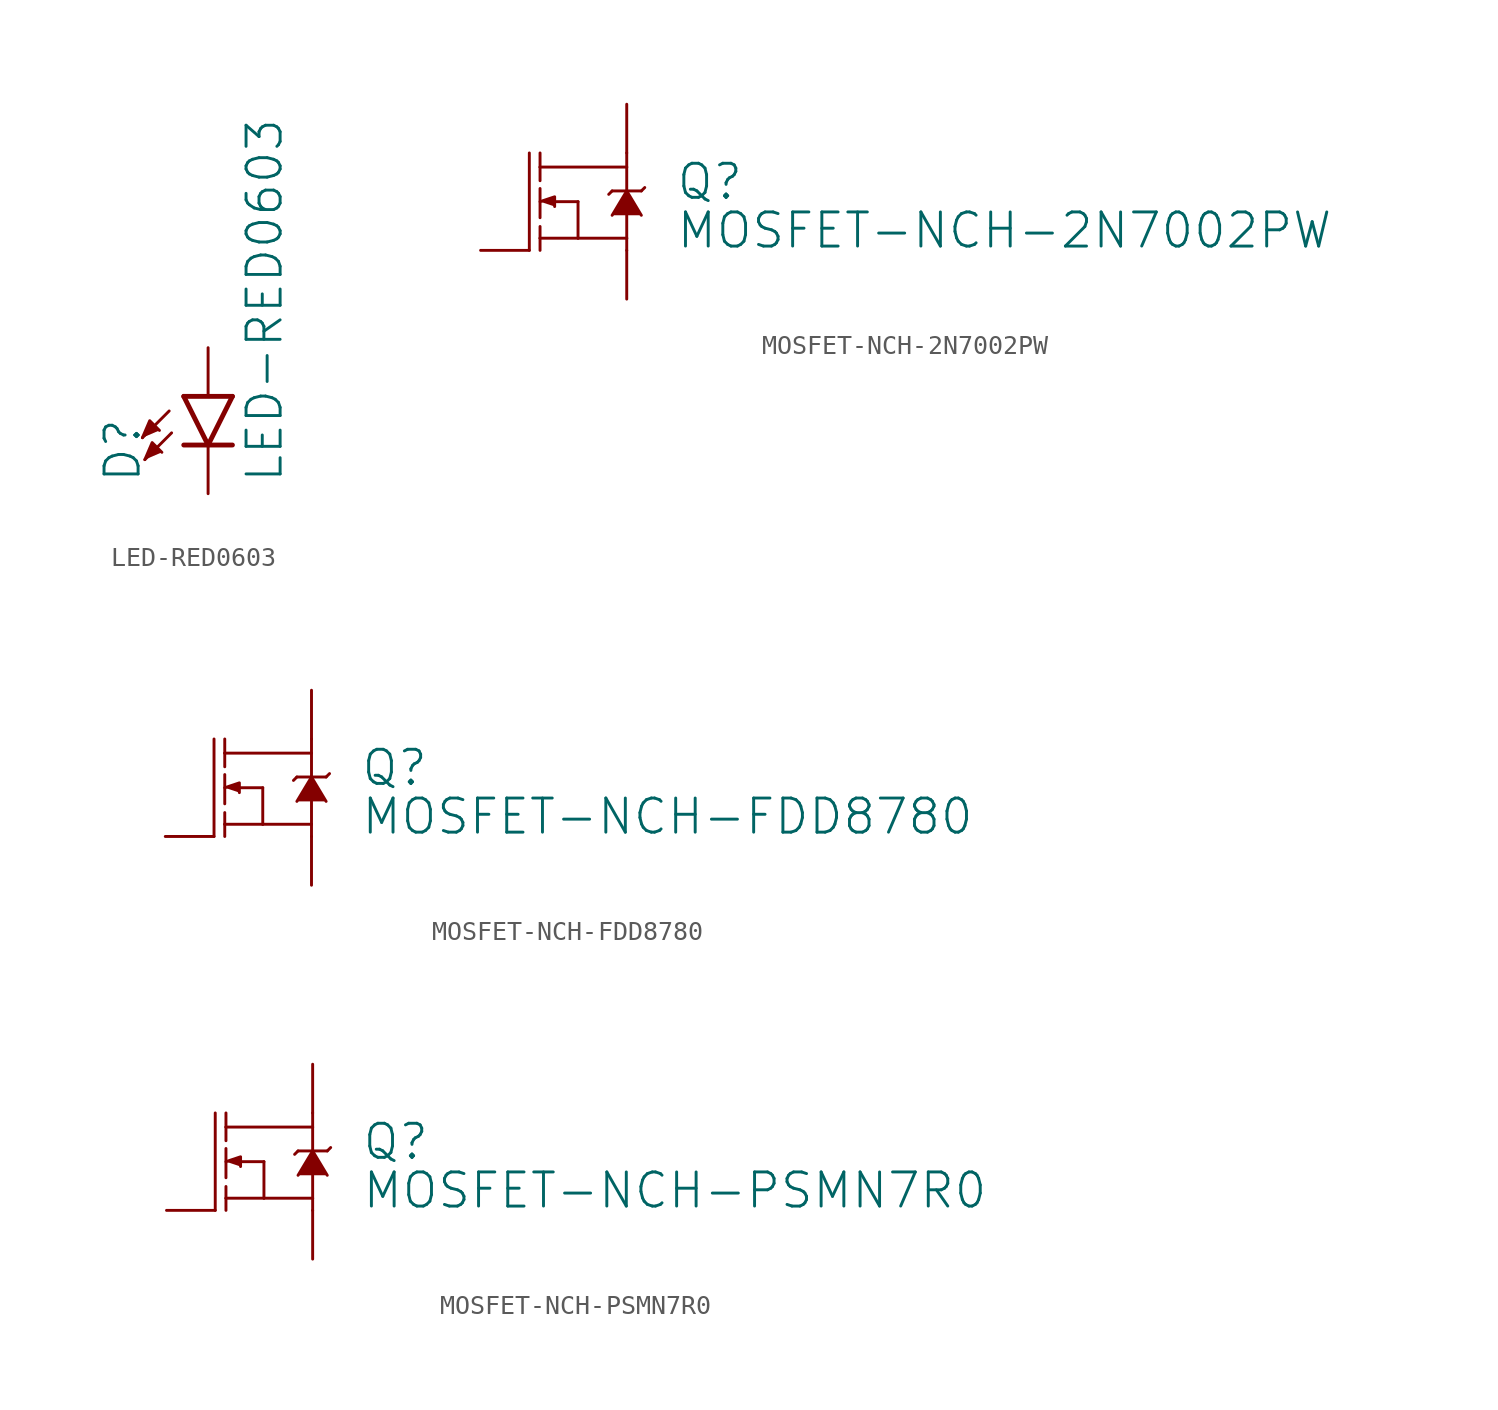
<source format=kicad_sym>
(kicad_symbol_lib
  (version 20211014)
  (generator kicad_symbol_editor)
  (symbol "LED-RED0603"
    (property "Reference" "D"
      (at -3.429 -4.572 90)
      (effects (font (size 1.778 1.778)) (justify left bottom)))
    (property "Value" "LED-RED0603"
      (at 1.905 -4.572 90)
      (effects (font (size 1.778 1.778)) (justify left top)))
    (property "ki_locked" ""
      (at 0 0 0)
      (effects (font (size 1.27 1.27))))
    (symbol "LED-RED0603_1_0"
      (polyline (pts (xy -2.032 -0.762) (xy -3.429 -2.159)) (stroke (width 0.152) (type default) (color 0 0 0 0)) (fill (type none)))
      (polyline (pts (xy -1.905 -1.905) (xy -3.302 -3.302)) (stroke (width 0.152) (type default) (color 0 0 0 0)) (fill (type none)))
      (polyline (pts (xy 0 -2.54) (xy -1.27 -2.54)) (stroke (width 0.254) (type default) (color 0 0 0 0)) (fill (type none)))
      (polyline (pts (xy 0 -2.54) (xy -1.27 0)) (stroke (width 0.254) (type default) (color 0 0 0 0)) (fill (type none)))
      (polyline (pts (xy 1.27 -2.54) (xy 0 -2.54)) (stroke (width 0.254) (type default) (color 0 0 0 0)) (fill (type none)))
      (polyline (pts (xy 1.27 0) (xy -1.27 0)) (stroke (width 0.254) (type default) (color 0 0 0 0)) (fill (type none)))
      (polyline (pts (xy 1.27 0) (xy 0 -2.54)) (stroke (width 0.254) (type default) (color 0 0 0 0)) (fill (type none)))
      (polyline (pts (xy -3.429 -2.159) (xy -3.048 -1.27) (xy -2.54 -1.778)) (stroke (width 0) (type default) (color 0 0 0 0)) (fill (type outline)))
      (polyline (pts (xy -3.302 -3.302) (xy -2.921 -2.413) (xy -2.413 -2.921)) (stroke (width 0) (type default) (color 0 0 0 0)) (fill (type outline)))
      (pin passive line (at 0 2.54 270) (length 2.54) (name "A" (effects (font (size 0 0)))) (number "A" (effects (font (size 0 0)))))
      (pin passive line (at 0 -5.08 90) (length 2.54) (name "C" (effects (font (size 0 0)))) (number "C" (effects (font (size 0 0)))))))
  (symbol "MOSFET-NCH-2N7002PW"
    (property "Reference" "Q"
      (at 5.08 0 0)
      (effects (font (size 1.778 1.778)) (justify left bottom)))
    (property "Value" "MOSFET-NCH-2N7002PW"
      (at 5.08 -2.54 0)
      (effects (font (size 1.778 1.778)) (justify left bottom)))
    (property "ki_locked" ""
      (at 0 0 0)
      (effects (font (size 1.27 1.27))))
    (symbol "MOSFET-NCH-2N7002PW_1_0"
      (polyline (pts (xy -2.54 -2.54) (xy -2.54 2.54)) (stroke (width 0.152) (type default) (color 0 0 0 0)) (fill (type none)))
      (polyline (pts (xy -1.981 -1.905) (xy -1.981 -2.54)) (stroke (width 0.152) (type default) (color 0 0 0 0)) (fill (type none)))
      (polyline (pts (xy -1.981 -1.905) (xy 0 -1.905)) (stroke (width 0.152) (type default) (color 0 0 0 0)) (fill (type none)))
      (polyline (pts (xy -1.981 -1.295) (xy -1.981 -1.905)) (stroke (width 0.152) (type default) (color 0 0 0 0)) (fill (type none)))
      (polyline (pts (xy -1.981 0.686) (xy -1.981 -0.838)) (stroke (width 0.152) (type default) (color 0 0 0 0)) (fill (type none)))
      (polyline (pts (xy -1.981 1.803) (xy -1.981 1.092)) (stroke (width 0.152) (type default) (color 0 0 0 0)) (fill (type none)))
      (polyline (pts (xy -1.981 1.803) (xy 2.54 1.803)) (stroke (width 0.152) (type default) (color 0 0 0 0)) (fill (type none)))
      (polyline (pts (xy -1.981 2.54) (xy -1.981 1.803)) (stroke (width 0.152) (type default) (color 0 0 0 0)) (fill (type none)))
      (polyline (pts (xy 0 -1.905) (xy 0 0)) (stroke (width 0.152) (type default) (color 0 0 0 0)) (fill (type none)))
      (polyline (pts (xy 0 0) (xy -1.219 0)) (stroke (width 0.152) (type default) (color 0 0 0 0)) (fill (type none)))
      (polyline (pts (xy 1.6 0.381) (xy 1.778 0.559)) (stroke (width 0.152) (type default) (color 0 0 0 0)) (fill (type none)))
      (polyline (pts (xy 2.54 -2.54) (xy 2.54 -1.905)) (stroke (width 0.152) (type default) (color 0 0 0 0)) (fill (type none)))
      (polyline (pts (xy 2.54 -1.905) (xy 0 -1.905)) (stroke (width 0.152) (type default) (color 0 0 0 0)) (fill (type none)))
      (polyline (pts (xy 2.54 -0.711) (xy 2.54 -1.905)) (stroke (width 0.152) (type default) (color 0 0 0 0)) (fill (type none)))
      (polyline (pts (xy 2.54 0.559) (xy 1.778 0.559)) (stroke (width 0.152) (type default) (color 0 0 0 0)) (fill (type none)))
      (polyline (pts (xy 2.54 0.559) (xy 3.302 0.559)) (stroke (width 0.152) (type default) (color 0 0 0 0)) (fill (type none)))
      (polyline (pts (xy 2.54 1.803) (xy 2.54 0.559)) (stroke (width 0.152) (type default) (color 0 0 0 0)) (fill (type none)))
      (polyline (pts (xy 2.54 2.54) (xy 2.54 1.803)) (stroke (width 0.152) (type default) (color 0 0 0 0)) (fill (type none)))
      (polyline (pts (xy 3.302 0.559) (xy 3.48 0.737)) (stroke (width 0.152) (type default) (color 0 0 0 0)) (fill (type none)))
      (polyline (pts (xy -1.981 0) (xy -1.219 0.254) (xy -1.219 -0.254)) (stroke (width 0) (type default) (color 0 0 0 0)) (fill (type outline)))
      (polyline (pts (xy 1.778 -0.711) (xy 2.54 0.559) (xy 3.302 -0.711)) (stroke (width 0) (type default) (color 0 0 0 0)) (fill (type outline)))
      (pin bidirectional line (at -5.08 -2.54 0) (length 2.54) (name "G" (effects (font (size 0 0)))) (number "1" (effects (font (size 0 0)))))
      (pin bidirectional line (at 2.54 -5.08 90) (length 2.54) (name "S" (effects (font (size 0 0)))) (number "2" (effects (font (size 0 0)))))
      (pin bidirectional line (at 2.54 5.08 270) (length 2.54) (name "D" (effects (font (size 0 0)))) (number "3" (effects (font (size 0 0)))))))
  (symbol "MOSFET-NCH-FDD8780"
    (property "Reference" "Q"
      (at 5.08 0 0)
      (effects (font (size 1.778 1.778)) (justify left bottom)))
    (property "Value" "MOSFET-NCH-FDD8780"
      (at 5.08 -2.54 0)
      (effects (font (size 1.778 1.778)) (justify left bottom)))
    (property "ki_locked" ""
      (at 0 0 0)
      (effects (font (size 1.27 1.27))))
    (symbol "MOSFET-NCH-FDD8780_1_0"
      (polyline (pts (xy -2.54 -2.54) (xy -2.54 2.54)) (stroke (width 0.152) (type default) (color 0 0 0 0)) (fill (type none)))
      (polyline (pts (xy -1.981 -1.905) (xy -1.981 -2.54)) (stroke (width 0.152) (type default) (color 0 0 0 0)) (fill (type none)))
      (polyline (pts (xy -1.981 -1.905) (xy 0 -1.905)) (stroke (width 0.152) (type default) (color 0 0 0 0)) (fill (type none)))
      (polyline (pts (xy -1.981 -1.295) (xy -1.981 -1.905)) (stroke (width 0.152) (type default) (color 0 0 0 0)) (fill (type none)))
      (polyline (pts (xy -1.981 0.686) (xy -1.981 -0.838)) (stroke (width 0.152) (type default) (color 0 0 0 0)) (fill (type none)))
      (polyline (pts (xy -1.981 1.803) (xy -1.981 1.092)) (stroke (width 0.152) (type default) (color 0 0 0 0)) (fill (type none)))
      (polyline (pts (xy -1.981 1.803) (xy 2.54 1.803)) (stroke (width 0.152) (type default) (color 0 0 0 0)) (fill (type none)))
      (polyline (pts (xy -1.981 2.54) (xy -1.981 1.803)) (stroke (width 0.152) (type default) (color 0 0 0 0)) (fill (type none)))
      (polyline (pts (xy 0 -1.905) (xy 0 0)) (stroke (width 0.152) (type default) (color 0 0 0 0)) (fill (type none)))
      (polyline (pts (xy 0 0) (xy -1.219 0)) (stroke (width 0.152) (type default) (color 0 0 0 0)) (fill (type none)))
      (polyline (pts (xy 1.6 0.381) (xy 1.778 0.559)) (stroke (width 0.152) (type default) (color 0 0 0 0)) (fill (type none)))
      (polyline (pts (xy 2.54 -2.54) (xy 2.54 -1.905)) (stroke (width 0.152) (type default) (color 0 0 0 0)) (fill (type none)))
      (polyline (pts (xy 2.54 -1.905) (xy 0 -1.905)) (stroke (width 0.152) (type default) (color 0 0 0 0)) (fill (type none)))
      (polyline (pts (xy 2.54 -0.711) (xy 2.54 -1.905)) (stroke (width 0.152) (type default) (color 0 0 0 0)) (fill (type none)))
      (polyline (pts (xy 2.54 0.559) (xy 1.778 0.559)) (stroke (width 0.152) (type default) (color 0 0 0 0)) (fill (type none)))
      (polyline (pts (xy 2.54 0.559) (xy 3.302 0.559)) (stroke (width 0.152) (type default) (color 0 0 0 0)) (fill (type none)))
      (polyline (pts (xy 2.54 1.803) (xy 2.54 0.559)) (stroke (width 0.152) (type default) (color 0 0 0 0)) (fill (type none)))
      (polyline (pts (xy 2.54 2.54) (xy 2.54 1.803)) (stroke (width 0.152) (type default) (color 0 0 0 0)) (fill (type none)))
      (polyline (pts (xy 3.302 0.559) (xy 3.48 0.737)) (stroke (width 0.152) (type default) (color 0 0 0 0)) (fill (type none)))
      (polyline (pts (xy -1.981 0) (xy -1.219 0.254) (xy -1.219 -0.254)) (stroke (width 0) (type default) (color 0 0 0 0)) (fill (type outline)))
      (polyline (pts (xy 1.778 -0.711) (xy 2.54 0.559) (xy 3.302 -0.711)) (stroke (width 0) (type default) (color 0 0 0 0)) (fill (type outline)))
      (pin bidirectional line (at -5.08 -2.54 0) (length 2.54) (name "G" (effects (font (size 0 0)))) (number "1" (effects (font (size 0 0)))))
      (pin bidirectional line (at 2.54 -5.08 90) (length 2.54) (name "S" (effects (font (size 0 0)))) (number "3" (effects (font (size 0 0)))))
      (pin bidirectional line (at 2.54 5.08 270) (length 2.54) (name "D" (effects (font (size 0 0)))) (number "4" (effects (font (size 0 0)))))))
  (symbol "MOSFET-NCH-PSMN7R0"
    (property "Reference" "Q"
      (at 5.08 0 0)
      (effects (font (size 1.778 1.778)) (justify left bottom)))
    (property "Value" "MOSFET-NCH-PSMN7R0"
      (at 5.08 -2.54 0)
      (effects (font (size 1.778 1.778)) (justify left bottom)))
    (property "ki_locked" ""
      (at 0 0 0)
      (effects (font (size 1.27 1.27))))
    (symbol "MOSFET-NCH-PSMN7R0_1_0"
      (polyline (pts (xy -2.54 -2.54) (xy -2.54 2.54)) (stroke (width 0.152) (type default) (color 0 0 0 0)) (fill (type none)))
      (polyline (pts (xy -1.981 -1.905) (xy -1.981 -2.54)) (stroke (width 0.152) (type default) (color 0 0 0 0)) (fill (type none)))
      (polyline (pts (xy -1.981 -1.905) (xy 0 -1.905)) (stroke (width 0.152) (type default) (color 0 0 0 0)) (fill (type none)))
      (polyline (pts (xy -1.981 -1.295) (xy -1.981 -1.905)) (stroke (width 0.152) (type default) (color 0 0 0 0)) (fill (type none)))
      (polyline (pts (xy -1.981 0.686) (xy -1.981 -0.838)) (stroke (width 0.152) (type default) (color 0 0 0 0)) (fill (type none)))
      (polyline (pts (xy -1.981 1.803) (xy -1.981 1.092)) (stroke (width 0.152) (type default) (color 0 0 0 0)) (fill (type none)))
      (polyline (pts (xy -1.981 1.803) (xy 2.54 1.803)) (stroke (width 0.152) (type default) (color 0 0 0 0)) (fill (type none)))
      (polyline (pts (xy -1.981 2.54) (xy -1.981 1.803)) (stroke (width 0.152) (type default) (color 0 0 0 0)) (fill (type none)))
      (polyline (pts (xy 0 -1.905) (xy 0 0)) (stroke (width 0.152) (type default) (color 0 0 0 0)) (fill (type none)))
      (polyline (pts (xy 0 0) (xy -1.219 0)) (stroke (width 0.152) (type default) (color 0 0 0 0)) (fill (type none)))
      (polyline (pts (xy 1.6 0.381) (xy 1.778 0.559)) (stroke (width 0.152) (type default) (color 0 0 0 0)) (fill (type none)))
      (polyline (pts (xy 2.54 -2.54) (xy 2.54 -1.905)) (stroke (width 0.152) (type default) (color 0 0 0 0)) (fill (type none)))
      (polyline (pts (xy 2.54 -1.905) (xy 0 -1.905)) (stroke (width 0.152) (type default) (color 0 0 0 0)) (fill (type none)))
      (polyline (pts (xy 2.54 -0.711) (xy 2.54 -1.905)) (stroke (width 0.152) (type default) (color 0 0 0 0)) (fill (type none)))
      (polyline (pts (xy 2.54 0.559) (xy 1.778 0.559)) (stroke (width 0.152) (type default) (color 0 0 0 0)) (fill (type none)))
      (polyline (pts (xy 2.54 0.559) (xy 3.302 0.559)) (stroke (width 0.152) (type default) (color 0 0 0 0)) (fill (type none)))
      (polyline (pts (xy 2.54 1.803) (xy 2.54 0.559)) (stroke (width 0.152) (type default) (color 0 0 0 0)) (fill (type none)))
      (polyline (pts (xy 2.54 2.54) (xy 2.54 1.803)) (stroke (width 0.152) (type default) (color 0 0 0 0)) (fill (type none)))
      (polyline (pts (xy 3.302 0.559) (xy 3.48 0.737)) (stroke (width 0.152) (type default) (color 0 0 0 0)) (fill (type none)))
      (polyline (pts (xy -1.981 0) (xy -1.219 0.254) (xy -1.219 -0.254)) (stroke (width 0) (type default) (color 0 0 0 0)) (fill (type outline)))
      (polyline (pts (xy 1.778 -0.711) (xy 2.54 0.559) (xy 3.302 -0.711)) (stroke (width 0) (type default) (color 0 0 0 0)) (fill (type outline)))
      (pin bidirectional line (at -5.08 -2.54 0) (length 2.54) (name "G" (effects (font (size 0 0)))) (number "1" (effects (font (size 0 0)))))
      (pin bidirectional line (at 2.54 5.08 270) (length 2.54) (name "D" (effects (font (size 0 0)))) (number "2" (effects (font (size 0 0)))))
      (pin bidirectional line (at 2.54 -5.08 90) (length 2.54) (name "S" (effects (font (size 0 0)))) (number "3" (effects (font (size 0 0))))))))
</source>
